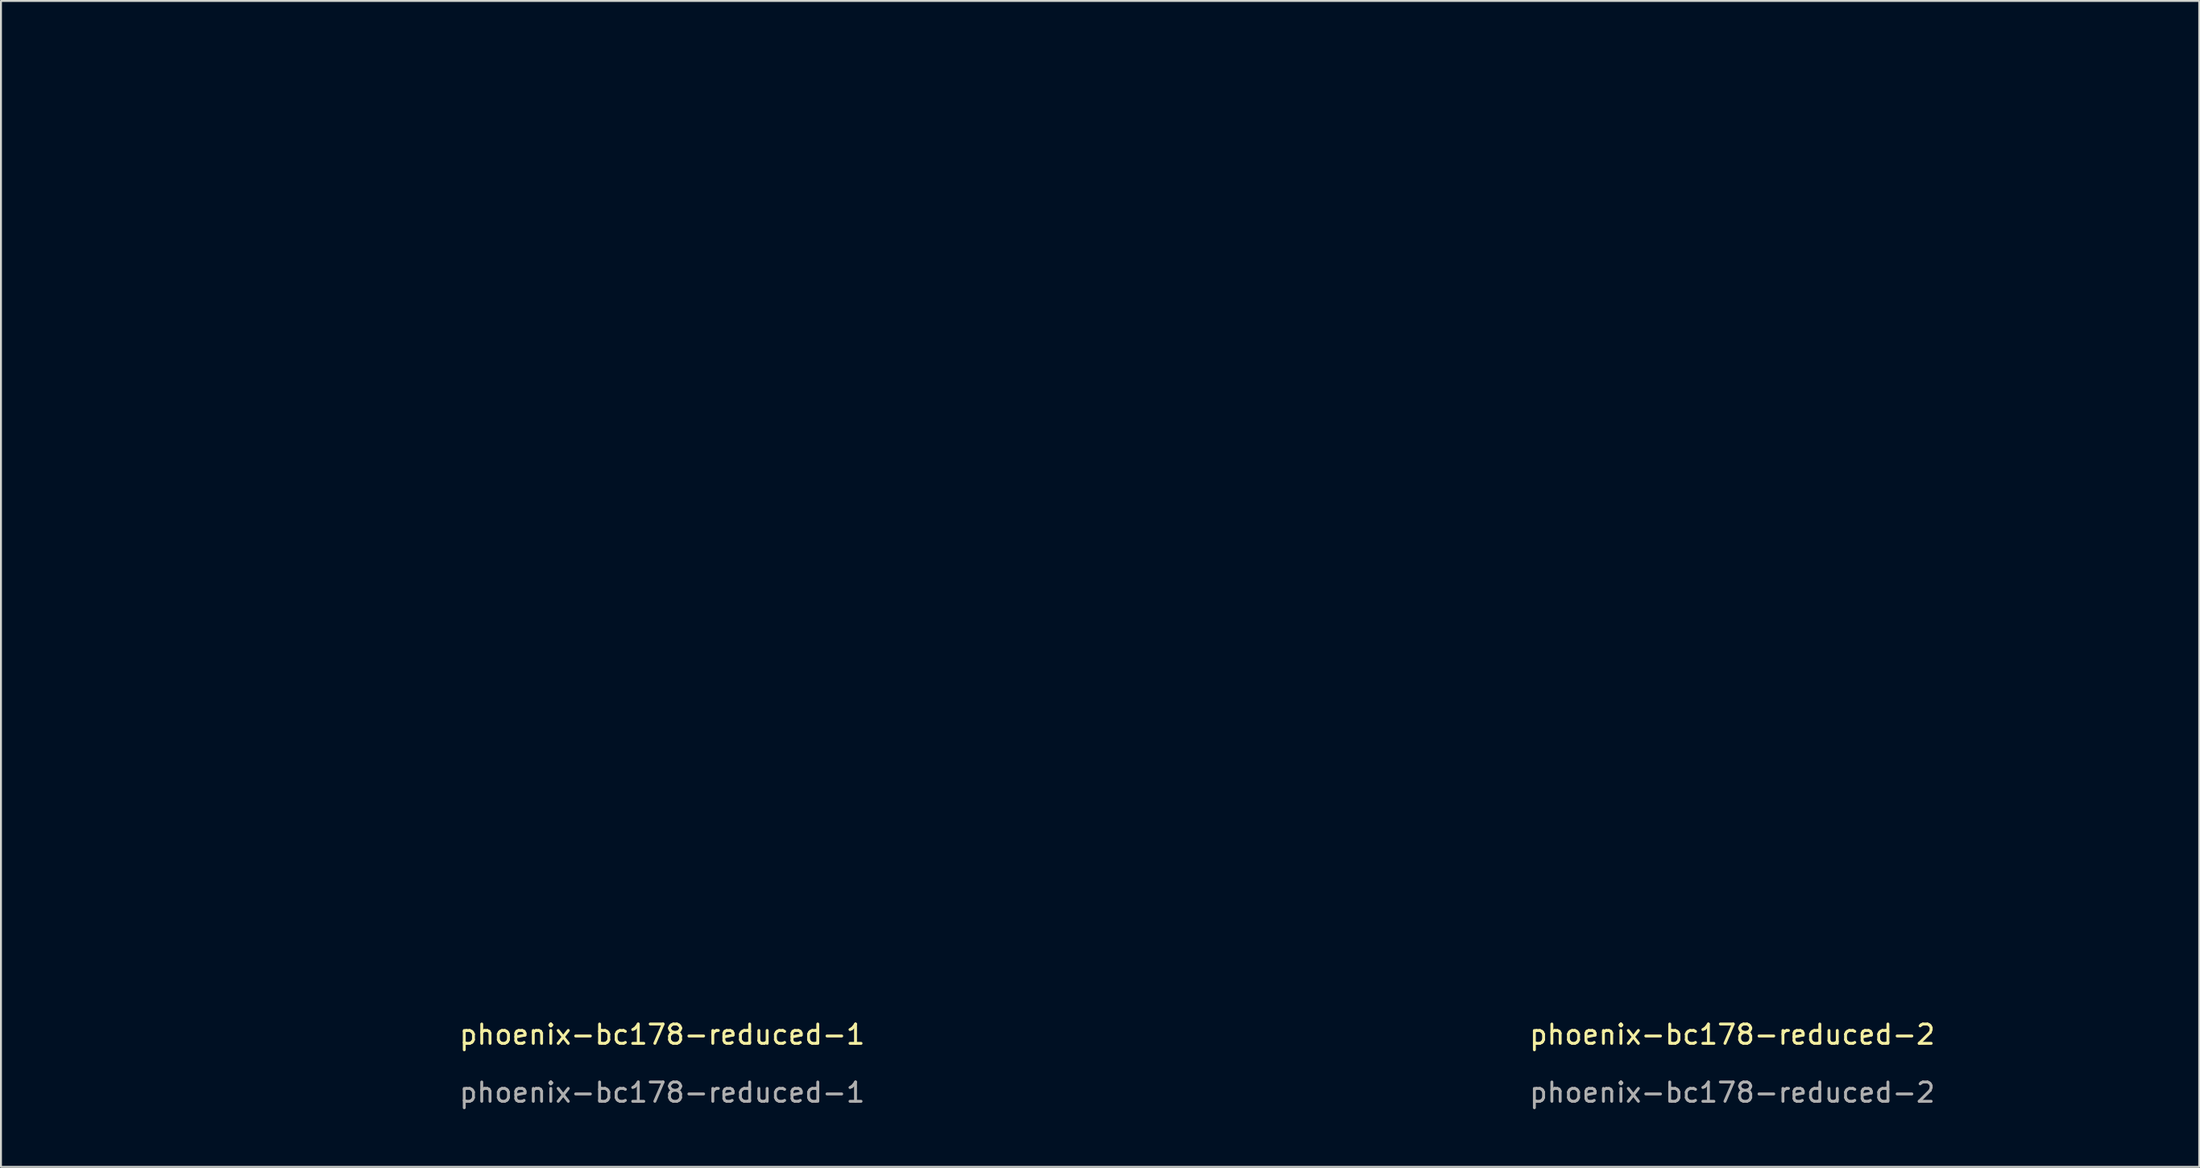
<source format=kicad_pcb>
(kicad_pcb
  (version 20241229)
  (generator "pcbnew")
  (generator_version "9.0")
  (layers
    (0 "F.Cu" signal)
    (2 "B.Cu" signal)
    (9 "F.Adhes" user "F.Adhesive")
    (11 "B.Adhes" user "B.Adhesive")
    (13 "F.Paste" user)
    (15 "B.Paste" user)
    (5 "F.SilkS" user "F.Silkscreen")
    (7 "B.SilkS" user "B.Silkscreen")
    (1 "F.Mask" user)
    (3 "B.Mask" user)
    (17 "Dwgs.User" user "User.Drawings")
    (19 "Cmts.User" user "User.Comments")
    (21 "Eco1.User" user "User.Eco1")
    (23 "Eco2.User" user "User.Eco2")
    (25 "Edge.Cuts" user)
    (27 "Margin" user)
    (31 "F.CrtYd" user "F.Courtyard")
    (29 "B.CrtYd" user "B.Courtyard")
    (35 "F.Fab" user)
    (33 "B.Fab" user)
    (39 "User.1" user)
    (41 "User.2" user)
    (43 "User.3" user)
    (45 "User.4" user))
  (footprint "phoenix-bc178-reduced-1"
    (layer "F.Cu")
    (at 31.201 51.001)
    (property "Reference" "phoenix-bc178-reduced-1" (at 0 -0.5 0) (unlocked yes) (layer "F.SilkS") (effects (font (size 1 1) (thickness 0.15))))
    (fp_line (start -28.8 -18.15) (end -30.95 -18.15) (stroke (width 0.001) (type solid)) (layer "Dwgs.User"))
    (fp_line (start -28.8 -18.15) (end -28.8 -20.3) (stroke (width 0.001) (type solid)) (layer "Dwgs.User"))
    (fp_line (start -28.8 -18.15) (end -28.8 -16) (stroke (width 0.001) (type solid)) (layer "Dwgs.User"))
    (fp_line (start -28.8 -18.15) (end -26.65 -18.15) (stroke (width 0.001) (type solid)) (layer "Dwgs.User"))
    (fp_line (start -28.8 -13.15) (end -30.95 -13.15) (stroke (width 0.001) (type solid)) (layer "Dwgs.User"))
    (fp_line (start -28.8 -13.15) (end -28.8 -15.3) (stroke (width 0.001) (type solid)) (layer "Dwgs.User"))
    (fp_line (start -28.8 -13.15) (end -28.8 -11) (stroke (width 0.001) (type solid)) (layer "Dwgs.User"))
    (fp_line (start -28.8 -13.15) (end -26.65 -13.15) (stroke (width 0.001) (type solid)) (layer "Dwgs.User"))
    (fp_line (start -28.8 -8.15) (end -30.95 -8.15) (stroke (width 0.001) (type solid)) (layer "Dwgs.User"))
    (fp_line (start -28.8 -8.15) (end -28.8 -10.3) (stroke (width 0.001) (type solid)) (layer "Dwgs.User"))
    (fp_line (start -28.8 -8.15) (end -28.8 -6) (stroke (width 0.001) (type solid)) (layer "Dwgs.User"))
    (fp_line (start -28.8 -8.15) (end -26.65 -8.15) (stroke (width 0.001) (type solid)) (layer "Dwgs.User"))
    (fp_line (start -18.75 -35.65) (end -20.9 -35.65) (stroke (width 0.001) (type solid)) (layer "Dwgs.User"))
    (fp_line (start -18.75 -35.65) (end -18.75 -37.8) (stroke (width 0.001) (type solid)) (layer "Dwgs.User"))
    (fp_line (start -18.75 -35.65) (end -18.75 -33.5) (stroke (width 0.001) (type solid)) (layer "Dwgs.User"))
    (fp_line (start -18.75 -35.65) (end -16.6 -35.65) (stroke (width 0.001) (type solid)) (layer "Dwgs.User"))
    (fp_line (start -18.75 -30.65) (end -20.9 -30.65) (stroke (width 0.001) (type solid)) (layer "Dwgs.User"))
    (fp_line (start -18.75 -30.65) (end -18.75 -32.8) (stroke (width 0.001) (type solid)) (layer "Dwgs.User"))
    (fp_line (start -18.75 -30.65) (end -18.75 -28.5) (stroke (width 0.001) (type solid)) (layer "Dwgs.User"))
    (fp_line (start -18.75 -30.65) (end -16.6 -30.65) (stroke (width 0.001) (type solid)) (layer "Dwgs.User"))
    (fp_line (start -18.75 -25.65) (end -20.9 -25.65) (stroke (width 0.001) (type solid)) (layer "Dwgs.User"))
    (fp_line (start -18.75 -25.65) (end -18.75 -27.8) (stroke (width 0.001) (type solid)) (layer "Dwgs.User"))
    (fp_line (start -18.75 -25.65) (end -18.75 -23.5) (stroke (width 0.001) (type solid)) (layer "Dwgs.User"))
    (fp_line (start -18.75 -25.65) (end -16.6 -25.65) (stroke (width 0.001) (type solid)) (layer "Dwgs.User"))
    (fp_line (start 18.75 -35.65) (end 16.6 -35.65) (stroke (width 0.001) (type solid)) (layer "Dwgs.User"))
    (fp_line (start 18.75 -35.65) (end 18.75 -37.8) (stroke (width 0.001) (type solid)) (layer "Dwgs.User"))
    (fp_line (start 18.75 -35.65) (end 18.75 -33.5) (stroke (width 0.001) (type solid)) (layer "Dwgs.User"))
    (fp_line (start 18.75 -35.65) (end 20.9 -35.65) (stroke (width 0.001) (type solid)) (layer "Dwgs.User"))
    (fp_line (start 18.75 -30.65) (end 16.6 -30.65) (stroke (width 0.001) (type solid)) (layer "Dwgs.User"))
    (fp_line (start 18.75 -30.65) (end 18.75 -32.8) (stroke (width 0.001) (type solid)) (layer "Dwgs.User"))
    (fp_line (start 18.75 -30.65) (end 18.75 -28.5) (stroke (width 0.001) (type solid)) (layer "Dwgs.User"))
    (fp_line (start 18.75 -30.65) (end 20.9 -30.65) (stroke (width 0.001) (type solid)) (layer "Dwgs.User"))
    (fp_line (start 18.75 -25.65) (end 16.6 -25.65) (stroke (width 0.001) (type solid)) (layer "Dwgs.User"))
    (fp_line (start 18.75 -25.65) (end 18.75 -27.8) (stroke (width 0.001) (type solid)) (layer "Dwgs.User"))
    (fp_line (start 18.75 -25.65) (end 18.75 -23.5) (stroke (width 0.001) (type solid)) (layer "Dwgs.User"))
    (fp_line (start 18.75 -25.65) (end 20.9 -25.65) (stroke (width 0.001) (type solid)) (layer "Dwgs.User"))
    (fp_line (start 28.8 -18.15) (end 26.65 -18.15) (stroke (width 0.001) (type solid)) (layer "Dwgs.User"))
    (fp_line (start 28.8 -18.15) (end 28.8 -20.3) (stroke (width 0.001) (type solid)) (layer "Dwgs.User"))
    (fp_line (start 28.8 -18.15) (end 28.8 -16) (stroke (width 0.001) (type solid)) (layer "Dwgs.User"))
    (fp_line (start 28.8 -18.15) (end 30.95 -18.15) (stroke (width 0.001) (type solid)) (layer "Dwgs.User"))
    (fp_line (start 28.8 -13.15) (end 26.65 -13.15) (stroke (width 0.001) (type solid)) (layer "Dwgs.User"))
    (fp_line (start 28.8 -13.15) (end 28.8 -15.3) (stroke (width 0.001) (type solid)) (layer "Dwgs.User"))
    (fp_line (start 28.8 -13.15) (end 28.8 -11) (stroke (width 0.001) (type solid)) (layer "Dwgs.User"))
    (fp_line (start 28.8 -13.15) (end 30.95 -13.15) (stroke (width 0.001) (type solid)) (layer "Dwgs.User"))
    (fp_line (start 28.8 -8.15) (end 26.65 -8.15) (stroke (width 0.001) (type solid)) (layer "Dwgs.User"))
    (fp_line (start 28.8 -8.15) (end 28.8 -10.3) (stroke (width 0.001) (type solid)) (layer "Dwgs.User"))
    (fp_line (start 28.8 -8.15) (end 28.8 -6) (stroke (width 0.001) (type solid)) (layer "Dwgs.User"))
    (fp_line (start 28.8 -8.15) (end 30.95 -8.15) (stroke (width 0.001) (type solid)) (layer "Dwgs.User"))
    (fp_poly (pts (xy 31.2 -23.05) (xy 31.199 -6.749) (xy 31.2 0) (xy 23.8 0) (xy 20.799 -2.999) (xy 20.713 -3.08) (xy 20.517 -3.211) (xy 20.299 -3.301) (xy 20.068 -3.347) (xy 19.95 -3.35) (xy 14.4 -3.35) (xy 14.401 -5.701) (xy 14.399 -5.806) (xy 14.363 -6.013) (xy 14.291 -6.21) (xy 14.186 -6.391) (xy 14.052 -6.552) (xy 13.891 -6.686) (xy 13.71 -6.791) (xy 13.513 -6.863) (xy 13.306 -6.899) (xy 13.201 -6.901) (xy -13.2 -6.9) (xy -13.305 -6.898) (xy -13.511 -6.861) (xy -13.708 -6.79) (xy -13.89 -6.685) (xy -14.05 -6.55) (xy -14.185 -6.39) (xy -14.29 -6.208) (xy -14.361 -6.011) (xy -14.398 -5.805) (xy -14.4 -5.7) (xy -14.4 -3.35) (xy -20 -3.35) (xy -20.102 -3.351) (xy -20.303 -3.32) (xy -20.496 -3.254) (xy -20.674 -3.155) (xy -20.832 -3.026) (xy -20.9 -2.95) (xy -23.85 0) (xy -31.2 0) (xy -31.199 -6.749) (xy -31.2 -23.05) (xy -22.349 -23.049) (xy -22.244 -23.051) (xy -22.037 -23.087) (xy -21.84 -23.159) (xy -21.659 -23.264) (xy -21.498 -23.398) (xy -21.364 -23.559) (xy -21.259 -23.74) (xy -21.187 -23.937) (xy -21.151 -24.144) (xy -21.149 -24.249) (xy -21.15 -43.8) (xy -20.399 -43.799) (xy -20.294 -43.801) (xy -20.087 -43.837) (xy -19.89 -43.909) (xy -19.709 -44.014) (xy -19.548 -44.148) (xy -19.414 -44.309) (xy -19.309 -44.49) (xy -19.237 -44.687) (xy -19.201 -44.894) (xy -19.199 -44.999) (xy -19.2 -50.1) (xy -18.7 -51) (xy 18.7 -51) (xy 19.2 -50.1) (xy 19.199 -44.999) (xy 19.201 -44.894) (xy 19.237 -44.687) (xy 19.309 -44.49) (xy 19.414 -44.309) (xy 19.548 -44.148) (xy 19.709 -44.014) (xy 19.89 -43.909) (xy 20.087 -43.837) (xy 20.294 -43.801) (xy 20.399 -43.799) (xy 21.15 -43.8) (xy 21.149 -24.249) (xy 21.151 -24.144) (xy 21.187 -23.937) (xy 21.259 -23.74) (xy 21.364 -23.559) (xy 21.498 -23.398) (xy 21.659 -23.264) (xy 21.84 -23.159) (xy 22.037 -23.087) (xy 22.244 -23.051) (xy 22.349 -23.049)) (stroke (width 0.001) (type solid)) (fill no) (layer "Edge.Cuts"))
    (fp_text user "${REFERENCE}" (at 0 2.5 0) (unlocked yes) (layer "F.Fab") (effects (font (size 1 1) (thickness 0.15))))
    (zone (net_name "") (layers "*.SilkS") (hatch edge 0.508) (connect_pads) (min_thickness 0.254) (filled_areas_thickness no) (keepout (tracks allowed) (vias allowed) (pads allowed) (copperpour allowed) (footprints not_allowed)) (placement (enabled no)) (fill) (polygon (pts (xy 11.2 11.2) (xy 10.101 11.2) (xy 10.101 7.2) (xy 11.2 7.2))))
    (zone (net_name "") (layers "*.SilkS") (hatch edge 0.508) (connect_pads) (min_thickness 0.254) (filled_areas_thickness no) (keepout (tracks allowed) (vias allowed) (pads allowed) (copperpour allowed) (footprints not_allowed)) (placement (enabled no)) (fill) (polygon (pts (xy 52.3 11.2) (xy 51.2 11.2) (xy 51.2 7.2) (xy 52.3 7.2))))
    (zone (net_name "") (layer "B.SilkS") (hatch edge 0.508) (connect_pads) (min_thickness 0.254) (filled_areas_thickness no) (keepout (tracks allowed) (vias allowed) (pads allowed) (copperpour allowed) (footprints not_allowed)) (placement (enabled no)) (fill) (polygon (pts (xy 15.191 47.651) (xy 13.601 47.651) (xy 13.601 37.67) (xy 15.191 37.67))))
    (zone (net_name "") (layer "B.SilkS") (hatch edge 0.508) (connect_pads) (min_thickness 0.254) (filled_areas_thickness no) (keepout (tracks allowed) (vias allowed) (pads allowed) (copperpour allowed) (footprints not_allowed)) (placement (enabled no)) (fill) (polygon (pts (xy 48.791 47.651) (xy 47.2 47.651) (xy 47.2 37.67) (xy 48.791 37.67)))))
  (footprint "phoenix-bc178-reduced-2"
    (layer "F.Cu")
    (at 86.552 51.001)
    (property "Reference" "phoenix-bc178-reduced-2" (at 0 -0.5 0) (unlocked yes) (layer "F.SilkS") (effects (font (size 1 1) (thickness 0.15))))
    (fp_line (start -18.75 -35.65) (end -20.9 -35.65) (stroke (width 0.001) (type solid)) (layer "Dwgs.User"))
    (fp_line (start -18.75 -35.65) (end -18.75 -37.8) (stroke (width 0.001) (type solid)) (layer "Dwgs.User"))
    (fp_line (start -18.75 -35.65) (end -18.75 -33.5) (stroke (width 0.001) (type solid)) (layer "Dwgs.User"))
    (fp_line (start -18.75 -35.65) (end -16.6 -35.65) (stroke (width 0.001) (type solid)) (layer "Dwgs.User"))
    (fp_line (start -18.75 -30.65) (end -20.9 -30.65) (stroke (width 0.001) (type solid)) (layer "Dwgs.User"))
    (fp_line (start -18.75 -30.65) (end -18.75 -32.8) (stroke (width 0.001) (type solid)) (layer "Dwgs.User"))
    (fp_line (start -18.75 -30.65) (end -18.75 -28.5) (stroke (width 0.001) (type solid)) (layer "Dwgs.User"))
    (fp_line (start -18.75 -30.65) (end -16.6 -30.65) (stroke (width 0.001) (type solid)) (layer "Dwgs.User"))
    (fp_line (start -18.75 -25.65) (end -20.9 -25.65) (stroke (width 0.001) (type solid)) (layer "Dwgs.User"))
    (fp_line (start -18.75 -25.65) (end -18.75 -27.8) (stroke (width 0.001) (type solid)) (layer "Dwgs.User"))
    (fp_line (start -18.75 -25.65) (end -18.75 -23.5) (stroke (width 0.001) (type solid)) (layer "Dwgs.User"))
    (fp_line (start -18.75 -25.65) (end -16.6 -25.65) (stroke (width 0.001) (type solid)) (layer "Dwgs.User"))
    (fp_line (start 18.75 -35.65) (end 16.6 -35.65) (stroke (width 0.001) (type solid)) (layer "Dwgs.User"))
    (fp_line (start 18.75 -35.65) (end 18.75 -37.8) (stroke (width 0.001) (type solid)) (layer "Dwgs.User"))
    (fp_line (start 18.75 -35.65) (end 18.75 -33.5) (stroke (width 0.001) (type solid)) (layer "Dwgs.User"))
    (fp_line (start 18.75 -35.65) (end 20.9 -35.65) (stroke (width 0.001) (type solid)) (layer "Dwgs.User"))
    (fp_line (start 18.75 -30.65) (end 16.6 -30.65) (stroke (width 0.001) (type solid)) (layer "Dwgs.User"))
    (fp_line (start 18.75 -30.65) (end 18.75 -32.8) (stroke (width 0.001) (type solid)) (layer "Dwgs.User"))
    (fp_line (start 18.75 -30.65) (end 18.75 -28.5) (stroke (width 0.001) (type solid)) (layer "Dwgs.User"))
    (fp_line (start 18.75 -30.65) (end 20.9 -30.65) (stroke (width 0.001) (type solid)) (layer "Dwgs.User"))
    (fp_line (start 18.75 -25.65) (end 16.6 -25.65) (stroke (width 0.001) (type solid)) (layer "Dwgs.User"))
    (fp_line (start 18.75 -25.65) (end 18.75 -27.8) (stroke (width 0.001) (type solid)) (layer "Dwgs.User"))
    (fp_line (start 18.75 -25.65) (end 18.75 -23.5) (stroke (width 0.001) (type solid)) (layer "Dwgs.User"))
    (fp_line (start 18.75 -25.65) (end 20.9 -25.65) (stroke (width 0.001) (type solid)) (layer "Dwgs.User"))
    (fp_poly (pts (xy 21.15 -6.901) (xy -21.15 -6.9) (xy -21.15 -43.8) (arc (start -20.398528 -43.798528) (mid -19.55 -44.15) (end -19.198528 -44.998528)) (xy -19.2 -50.1) (xy -18.7 -51) (xy 18.7 -51) (xy 19.2 -50.1) (arc (start 19.198528 -44.998528) (mid 19.549992 -44.149992) (end 20.398528 -43.798528)) (xy 21.15 -43.8) (xy 21.149 -24.249)) (stroke (width 0.001) (type solid)) (fill no) (layer "Edge.Cuts"))
    (fp_text user "${REFERENCE}" (at 0 2.5 0) (unlocked yes) (layer "F.Fab") (effects (font (size 1 1) (thickness 0.15))))
    (zone (net_name "") (layers "*.SilkS") (hatch edge 0.508) (connect_pads) (min_thickness 0.254) (filled_areas_thickness no) (keepout (tracks allowed) (vias allowed) (pads allowed) (copperpour allowed) (footprints not_allowed)) (placement (enabled no)) (fill) (polygon (pts (xy 66.552 11.2) (xy 65.451 11.2) (xy 65.451 7.2) (xy 66.552 7.2))))
    (zone (net_name "") (layers "*.SilkS") (hatch edge 0.508) (connect_pads) (min_thickness 0.254) (filled_areas_thickness no) (keepout (tracks allowed) (vias allowed) (pads allowed) (copperpour allowed) (footprints not_allowed)) (placement (enabled no)) (fill) (polygon (pts (xy 107.651 11.2) (xy 106.552 11.2) (xy 106.552 7.2) (xy 107.651 7.2))))
    (zone (net_name "") (layer "B.SilkS") (hatch edge 0.508) (connect_pads) (min_thickness 0.254) (filled_areas_thickness no) (keepout (tracks allowed) (vias allowed) (pads allowed) (copperpour allowed) (footprints not_allowed)) (placement (enabled no)) (fill) (polygon (pts (xy 71.852 44.081) (xy 70.261 44.081) (xy 70.261 37.7) (xy 71.852 37.7))))
    (zone (net_name "") (layer "B.SilkS") (hatch edge 0.508) (connect_pads) (min_thickness 0.254) (filled_areas_thickness no) (keepout (tracks allowed) (vias allowed) (pads allowed) (copperpour allowed) (footprints not_allowed)) (placement (enabled no)) (fill) (polygon (pts (xy 104.141 44.081) (xy 102.552 44.081) (xy 102.552 37.7) (xy 104.141 37.7)))))
  (gr_rect
    (start -3 -3)
    (end 110.702 57.349)
    (stroke (width 0.1) (type default))
    (fill no)
    (layer "Edge.Cuts")))
</source>
